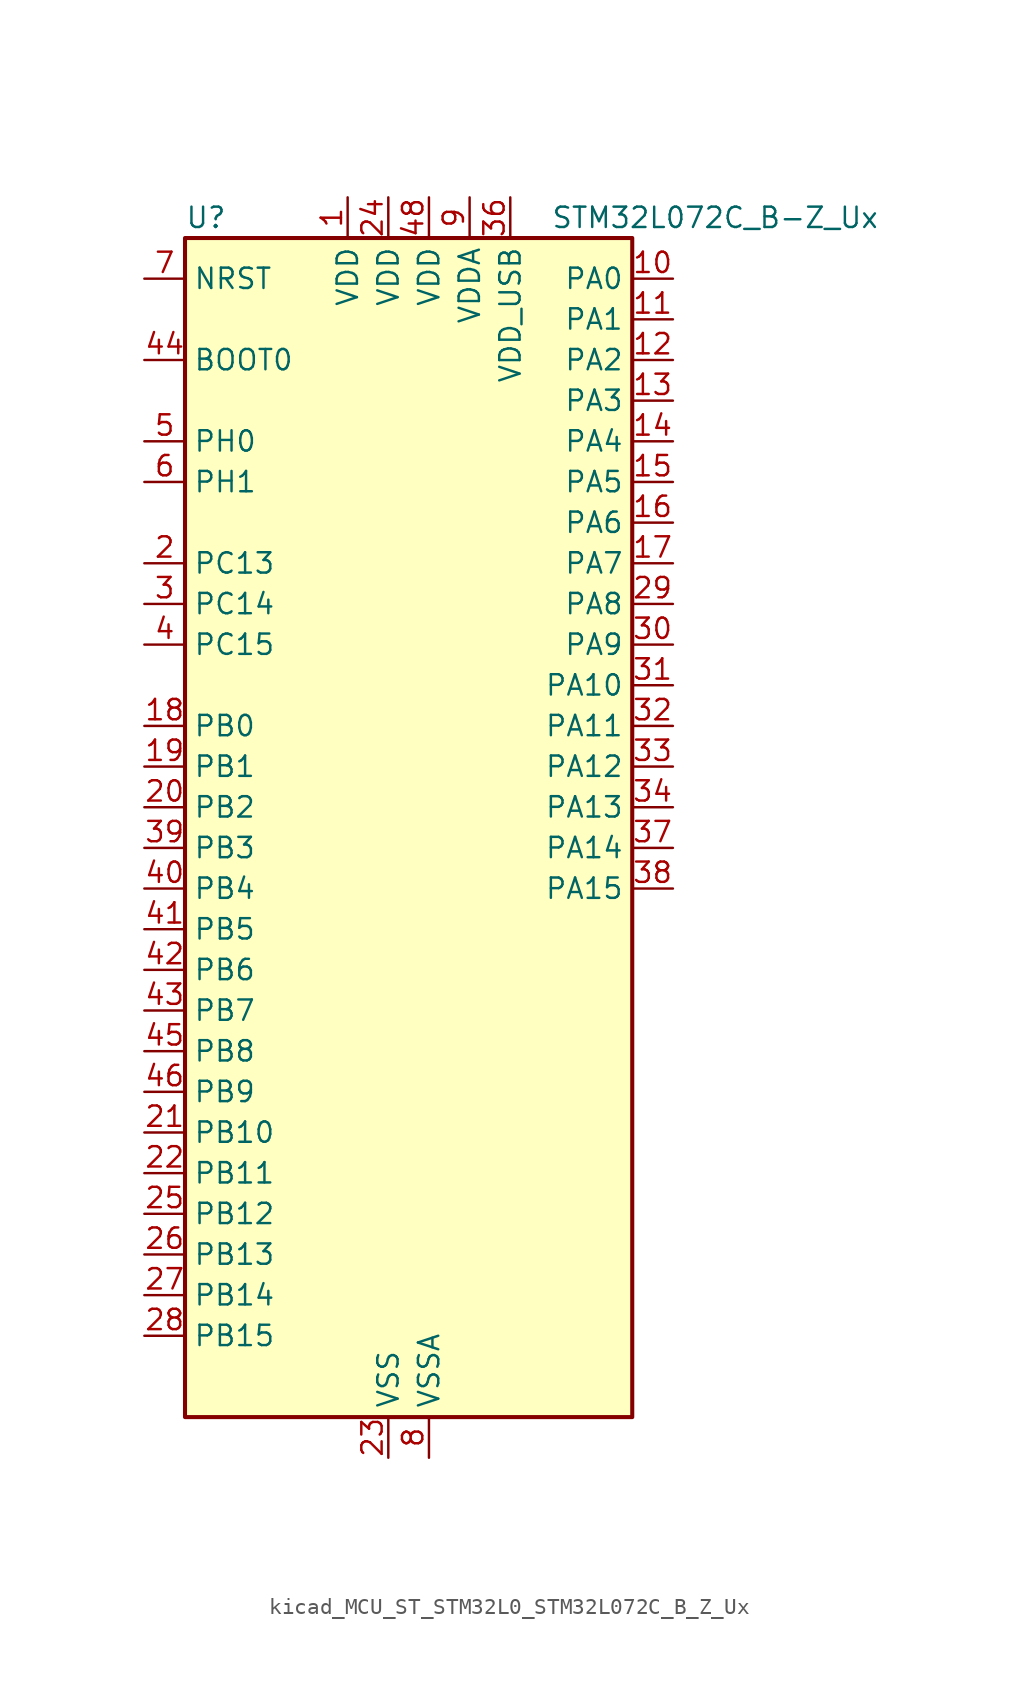
<source format=kicad_sym>
(kicad_symbol_lib
  (version 20220914)
  (generator kicad_symbol_editor)
  (symbol "kicad_MCU_ST_STM32L0_STM32L072C_B_Z_Ux"
    (property "Reference" "U"
      (at -12.7 39.37 0)
      (effects (font (size 1.27 1.27)) (justify left)))
    (property "Value" "STM32L072C_B-Z_Ux"
      (at 10.16 39.37 0)
      (effects (font (size 1.27 1.27)) (justify left)))
    (property "ki_locked" ""
      (at 0 0 0)
      (effects (font (size 1.27 1.27))))
    (symbol "kicad_MCU_ST_STM32L0_STM32L072C_B_Z_Ux_0_1"
      (rectangle (start -12.7 -35.56) (end 15.24 38.1) (stroke (width 0.254) (type default)) (fill (type background))))
    (symbol "kicad_MCU_ST_STM32L0_STM32L072C_B_Z_Ux_1_1"
      (pin power_in line (at -2.54 40.64 270) (length 2.54) (name "VDD" (effects (font (size 1.27 1.27)))) (number "1" (effects (font (size 1.27 1.27)))))
      (pin bidirectional line (at 17.78 35.56 180) (length 2.54) (name "PA0" (effects (font (size 1.27 1.27)))) (number "10" (effects (font (size 1.27 1.27)))) (alternate "ADC_IN0" bidirectional line) (alternate "COMP1_INM" bidirectional line) (alternate "COMP1_OUT" bidirectional line) (alternate "RTC_TAMP2" bidirectional line) (alternate "SYS_WKUP1" bidirectional line) (alternate "TIM2_CH1" bidirectional line) (alternate "TIM2_ETR" bidirectional line) (alternate "TSC_G1_IO1" bidirectional line) (alternate "USART2_CTS" bidirectional line) (alternate "USART4_TX" bidirectional line))
      (pin bidirectional line (at 17.78 33.02 180) (length 2.54) (name "PA1" (effects (font (size 1.27 1.27)))) (number "11" (effects (font (size 1.27 1.27)))) (alternate "ADC_IN1" bidirectional line) (alternate "COMP1_INP" bidirectional line) (alternate "TIM21_ETR" bidirectional line) (alternate "TIM2_CH2" bidirectional line) (alternate "TSC_G1_IO2" bidirectional line) (alternate "USART2_DE" bidirectional line) (alternate "USART2_RTS" bidirectional line) (alternate "USART4_RX" bidirectional line))
      (pin bidirectional line (at 17.78 30.48 180) (length 2.54) (name "PA2" (effects (font (size 1.27 1.27)))) (number "12" (effects (font (size 1.27 1.27)))) (alternate "ADC_IN2" bidirectional line) (alternate "COMP2_INM" bidirectional line) (alternate "COMP2_OUT" bidirectional line) (alternate "LPUART1_TX" bidirectional line) (alternate "TIM21_CH1" bidirectional line) (alternate "TIM2_CH3" bidirectional line) (alternate "TSC_G1_IO3" bidirectional line) (alternate "USART2_TX" bidirectional line))
      (pin bidirectional line (at 17.78 27.94 180) (length 2.54) (name "PA3" (effects (font (size 1.27 1.27)))) (number "13" (effects (font (size 1.27 1.27)))) (alternate "ADC_IN3" bidirectional line) (alternate "COMP2_INP" bidirectional line) (alternate "LPUART1_RX" bidirectional line) (alternate "TIM21_CH2" bidirectional line) (alternate "TIM2_CH4" bidirectional line) (alternate "TSC_G1_IO4" bidirectional line) (alternate "USART2_RX" bidirectional line))
      (pin bidirectional line (at 17.78 25.4 180) (length 2.54) (name "PA4" (effects (font (size 1.27 1.27)))) (number "14" (effects (font (size 1.27 1.27)))) (alternate "ADC_IN4" bidirectional line) (alternate "COMP1_INM" bidirectional line) (alternate "COMP2_INM" bidirectional line) (alternate "DAC_OUT1" bidirectional line) (alternate "SPI1_NSS" bidirectional line) (alternate "TIM22_ETR" bidirectional line) (alternate "TSC_G2_IO1" bidirectional line) (alternate "USART2_CK" bidirectional line))
      (pin bidirectional line (at 17.78 22.86 180) (length 2.54) (name "PA5" (effects (font (size 1.27 1.27)))) (number "15" (effects (font (size 1.27 1.27)))) (alternate "ADC_IN5" bidirectional line) (alternate "COMP1_INM" bidirectional line) (alternate "COMP2_INM" bidirectional line) (alternate "DAC_OUT2" bidirectional line) (alternate "SPI1_SCK" bidirectional line) (alternate "TIM2_CH1" bidirectional line) (alternate "TIM2_ETR" bidirectional line) (alternate "TSC_G2_IO2" bidirectional line))
      (pin bidirectional line (at 17.78 20.32 180) (length 2.54) (name "PA6" (effects (font (size 1.27 1.27)))) (number "16" (effects (font (size 1.27 1.27)))) (alternate "ADC_IN6" bidirectional line) (alternate "COMP1_OUT" bidirectional line) (alternate "LPUART1_CTS" bidirectional line) (alternate "SPI1_MISO" bidirectional line) (alternate "TIM22_CH1" bidirectional line) (alternate "TIM3_CH1" bidirectional line) (alternate "TSC_G2_IO3" bidirectional line))
      (pin bidirectional line (at 17.78 17.78 180) (length 2.54) (name "PA7" (effects (font (size 1.27 1.27)))) (number "17" (effects (font (size 1.27 1.27)))) (alternate "ADC_IN7" bidirectional line) (alternate "COMP2_OUT" bidirectional line) (alternate "SPI1_MOSI" bidirectional line) (alternate "TIM22_CH2" bidirectional line) (alternate "TIM3_CH2" bidirectional line) (alternate "TSC_G2_IO4" bidirectional line))
      (pin bidirectional line (at -15.24 7.62 0) (length 2.54) (name "PB0" (effects (font (size 1.27 1.27)))) (number "18" (effects (font (size 1.27 1.27)))) (alternate "ADC_IN8" bidirectional line) (alternate "SYS_VREF_OUT_PB0" bidirectional line) (alternate "TIM3_CH3" bidirectional line) (alternate "TSC_G3_IO2" bidirectional line))
      (pin bidirectional line (at -15.24 5.08 0) (length 2.54) (name "PB1" (effects (font (size 1.27 1.27)))) (number "19" (effects (font (size 1.27 1.27)))) (alternate "ADC_IN9" bidirectional line) (alternate "LPUART1_DE" bidirectional line) (alternate "LPUART1_RTS" bidirectional line) (alternate "SYS_VREF_OUT_PB1" bidirectional line) (alternate "TIM3_CH4" bidirectional line) (alternate "TSC_G3_IO3" bidirectional line))
      (pin bidirectional line (at -15.24 17.78 0) (length 2.54) (name "PC13" (effects (font (size 1.27 1.27)))) (number "2" (effects (font (size 1.27 1.27)))) (alternate "RTC_OUT_ALARM" bidirectional line) (alternate "RTC_OUT_CALIB" bidirectional line) (alternate "RTC_TAMP1" bidirectional line) (alternate "RTC_TS" bidirectional line) (alternate "SYS_WKUP2" bidirectional line))
      (pin bidirectional line (at -15.24 2.54 0) (length 2.54) (name "PB2" (effects (font (size 1.27 1.27)))) (number "20" (effects (font (size 1.27 1.27)))) (alternate "I2C3_SMBA" bidirectional line) (alternate "LPTIM1_OUT" bidirectional line) (alternate "TSC_G3_IO4" bidirectional line))
      (pin bidirectional line (at -15.24 -17.78 0) (length 2.54) (name "PB10" (effects (font (size 1.27 1.27)))) (number "21" (effects (font (size 1.27 1.27)))) (alternate "I2C2_SCL" bidirectional line) (alternate "LPUART1_RX" bidirectional line) (alternate "LPUART1_TX" bidirectional line) (alternate "SPI2_SCK" bidirectional line) (alternate "TIM2_CH3" bidirectional line) (alternate "TSC_SYNC" bidirectional line))
      (pin bidirectional line (at -15.24 -20.32 0) (length 2.54) (name "PB11" (effects (font (size 1.27 1.27)))) (number "22" (effects (font (size 1.27 1.27)))) (alternate "ADC_EXTI11" bidirectional line) (alternate "I2C2_SDA" bidirectional line) (alternate "LPUART1_RX" bidirectional line) (alternate "LPUART1_TX" bidirectional line) (alternate "TIM2_CH4" bidirectional line) (alternate "TSC_G6_IO1" bidirectional line))
      (pin power_in line (at 0 -38.1 90) (length 2.54) (name "VSS" (effects (font (size 1.27 1.27)))) (number "23" (effects (font (size 1.27 1.27)))))
      (pin power_in line (at 0 40.64 270) (length 2.54) (name "VDD" (effects (font (size 1.27 1.27)))) (number "24" (effects (font (size 1.27 1.27)))))
      (pin bidirectional line (at -15.24 -22.86 0) (length 2.54) (name "PB12" (effects (font (size 1.27 1.27)))) (number "25" (effects (font (size 1.27 1.27)))) (alternate "I2S2_WS" bidirectional line) (alternate "LPUART1_DE" bidirectional line) (alternate "LPUART1_RTS" bidirectional line) (alternate "SPI2_NSS" bidirectional line) (alternate "TSC_G6_IO2" bidirectional line))
      (pin bidirectional line (at -15.24 -25.4 0) (length 2.54) (name "PB13" (effects (font (size 1.27 1.27)))) (number "26" (effects (font (size 1.27 1.27)))) (alternate "I2C2_SCL" bidirectional line) (alternate "I2S2_CK" bidirectional line) (alternate "LPUART1_CTS" bidirectional line) (alternate "RCC_MCO" bidirectional line) (alternate "SPI2_SCK" bidirectional line) (alternate "TIM21_CH1" bidirectional line) (alternate "TSC_G6_IO3" bidirectional line))
      (pin bidirectional line (at -15.24 -27.94 0) (length 2.54) (name "PB14" (effects (font (size 1.27 1.27)))) (number "27" (effects (font (size 1.27 1.27)))) (alternate "I2C2_SDA" bidirectional line) (alternate "I2S2_MCK" bidirectional line) (alternate "LPUART1_DE" bidirectional line) (alternate "LPUART1_RTS" bidirectional line) (alternate "RTC_OUT_ALARM" bidirectional line) (alternate "RTC_OUT_CALIB" bidirectional line) (alternate "SPI2_MISO" bidirectional line) (alternate "TIM21_CH2" bidirectional line) (alternate "TSC_G6_IO4" bidirectional line))
      (pin bidirectional line (at -15.24 -30.48 0) (length 2.54) (name "PB15" (effects (font (size 1.27 1.27)))) (number "28" (effects (font (size 1.27 1.27)))) (alternate "I2S2_SD" bidirectional line) (alternate "RTC_REFIN" bidirectional line) (alternate "SPI2_MOSI" bidirectional line))
      (pin bidirectional line (at 17.78 15.24 180) (length 2.54) (name "PA8" (effects (font (size 1.27 1.27)))) (number "29" (effects (font (size 1.27 1.27)))) (alternate "CRS_SYNC" bidirectional line) (alternate "I2C3_SCL" bidirectional line) (alternate "RCC_MCO" bidirectional line) (alternate "USART1_CK" bidirectional line))
      (pin bidirectional line (at -15.24 15.24 0) (length 2.54) (name "PC14" (effects (font (size 1.27 1.27)))) (number "3" (effects (font (size 1.27 1.27)))) (alternate "RCC_OSC32_IN" bidirectional line))
      (pin bidirectional line (at 17.78 12.7 180) (length 2.54) (name "PA9" (effects (font (size 1.27 1.27)))) (number "30" (effects (font (size 1.27 1.27)))) (alternate "DAC_EXTI9" bidirectional line) (alternate "I2C1_SCL" bidirectional line) (alternate "I2C3_SMBA" bidirectional line) (alternate "RCC_MCO" bidirectional line) (alternate "TSC_G4_IO1" bidirectional line) (alternate "USART1_TX" bidirectional line))
      (pin bidirectional line (at 17.78 10.16 180) (length 2.54) (name "PA10" (effects (font (size 1.27 1.27)))) (number "31" (effects (font (size 1.27 1.27)))) (alternate "I2C1_SDA" bidirectional line) (alternate "TSC_G4_IO2" bidirectional line) (alternate "USART1_RX" bidirectional line))
      (pin bidirectional line (at 17.78 7.62 180) (length 2.54) (name "PA11" (effects (font (size 1.27 1.27)))) (number "32" (effects (font (size 1.27 1.27)))) (alternate "ADC_EXTI11" bidirectional line) (alternate "COMP1_OUT" bidirectional line) (alternate "SPI1_MISO" bidirectional line) (alternate "TSC_G4_IO3" bidirectional line) (alternate "USART1_CTS" bidirectional line) (alternate "USB_DM" bidirectional line))
      (pin bidirectional line (at 17.78 5.08 180) (length 2.54) (name "PA12" (effects (font (size 1.27 1.27)))) (number "33" (effects (font (size 1.27 1.27)))) (alternate "COMP2_OUT" bidirectional line) (alternate "SPI1_MOSI" bidirectional line) (alternate "TSC_G4_IO4" bidirectional line) (alternate "USART1_DE" bidirectional line) (alternate "USART1_RTS" bidirectional line) (alternate "USB_DP" bidirectional line))
      (pin bidirectional line (at 17.78 2.54 180) (length 2.54) (name "PA13" (effects (font (size 1.27 1.27)))) (number "34" (effects (font (size 1.27 1.27)))) (alternate "LPUART1_RX" bidirectional line) (alternate "SYS_SWDIO" bidirectional line) (alternate "USB_NOE" bidirectional line))
      (pin passive line (at 0 -38.1 90) (length 2.54) hide (name "VSS" (effects (font (size 1.27 1.27)))) (number "35" (effects (font (size 1.27 1.27)))))
      (pin power_in line (at 7.62 40.64 270) (length 2.54) (name "VDD_USB" (effects (font (size 1.27 1.27)))) (number "36" (effects (font (size 1.27 1.27)))))
      (pin bidirectional line (at 17.78 0 180) (length 2.54) (name "PA14" (effects (font (size 1.27 1.27)))) (number "37" (effects (font (size 1.27 1.27)))) (alternate "LPUART1_TX" bidirectional line) (alternate "SYS_SWCLK" bidirectional line) (alternate "USART2_TX" bidirectional line))
      (pin bidirectional line (at 17.78 -2.54 180) (length 2.54) (name "PA15" (effects (font (size 1.27 1.27)))) (number "38" (effects (font (size 1.27 1.27)))) (alternate "SPI1_NSS" bidirectional line) (alternate "TIM2_CH1" bidirectional line) (alternate "TIM2_ETR" bidirectional line) (alternate "USART2_RX" bidirectional line) (alternate "USART4_DE" bidirectional line) (alternate "USART4_RTS" bidirectional line))
      (pin bidirectional line (at -15.24 0 0) (length 2.54) (name "PB3" (effects (font (size 1.27 1.27)))) (number "39" (effects (font (size 1.27 1.27)))) (alternate "COMP2_INM" bidirectional line) (alternate "SPI1_SCK" bidirectional line) (alternate "TIM2_CH2" bidirectional line) (alternate "TSC_G5_IO1" bidirectional line) (alternate "USART1_DE" bidirectional line) (alternate "USART1_RTS" bidirectional line) (alternate "USART5_TX" bidirectional line))
      (pin bidirectional line (at -15.24 12.7 0) (length 2.54) (name "PC15" (effects (font (size 1.27 1.27)))) (number "4" (effects (font (size 1.27 1.27)))) (alternate "RCC_OSC32_OUT" bidirectional line))
      (pin bidirectional line (at -15.24 -2.54 0) (length 2.54) (name "PB4" (effects (font (size 1.27 1.27)))) (number "40" (effects (font (size 1.27 1.27)))) (alternate "COMP2_INP" bidirectional line) (alternate "I2C3_SDA" bidirectional line) (alternate "SPI1_MISO" bidirectional line) (alternate "TIM22_CH1" bidirectional line) (alternate "TIM3_CH1" bidirectional line) (alternate "TSC_G5_IO2" bidirectional line) (alternate "USART1_CTS" bidirectional line) (alternate "USART5_RX" bidirectional line))
      (pin bidirectional line (at -15.24 -5.08 0) (length 2.54) (name "PB5" (effects (font (size 1.27 1.27)))) (number "41" (effects (font (size 1.27 1.27)))) (alternate "COMP2_INP" bidirectional line) (alternate "I2C1_SMBA" bidirectional line) (alternate "LPTIM1_IN1" bidirectional line) (alternate "SPI1_MOSI" bidirectional line) (alternate "TIM22_CH2" bidirectional line) (alternate "TIM3_CH2" bidirectional line) (alternate "USART1_CK" bidirectional line) (alternate "USART5_CK" bidirectional line) (alternate "USART5_DE" bidirectional line) (alternate "USART5_RTS" bidirectional line))
      (pin bidirectional line (at -15.24 -7.62 0) (length 2.54) (name "PB6" (effects (font (size 1.27 1.27)))) (number "42" (effects (font (size 1.27 1.27)))) (alternate "COMP2_INP" bidirectional line) (alternate "I2C1_SCL" bidirectional line) (alternate "LPTIM1_ETR" bidirectional line) (alternate "TSC_G5_IO3" bidirectional line) (alternate "USART1_TX" bidirectional line))
      (pin bidirectional line (at -15.24 -10.16 0) (length 2.54) (name "PB7" (effects (font (size 1.27 1.27)))) (number "43" (effects (font (size 1.27 1.27)))) (alternate "COMP2_INP" bidirectional line) (alternate "I2C1_SDA" bidirectional line) (alternate "LPTIM1_IN2" bidirectional line) (alternate "SYS_PVD_IN" bidirectional line) (alternate "TSC_G5_IO4" bidirectional line) (alternate "USART1_RX" bidirectional line) (alternate "USART4_CTS" bidirectional line))
      (pin input line (at -15.24 30.48 0) (length 2.54) (name "BOOT0" (effects (font (size 1.27 1.27)))) (number "44" (effects (font (size 1.27 1.27)))))
      (pin bidirectional line (at -15.24 -12.7 0) (length 2.54) (name "PB8" (effects (font (size 1.27 1.27)))) (number "45" (effects (font (size 1.27 1.27)))) (alternate "I2C1_SCL" bidirectional line) (alternate "TSC_SYNC" bidirectional line))
      (pin bidirectional line (at -15.24 -15.24 0) (length 2.54) (name "PB9" (effects (font (size 1.27 1.27)))) (number "46" (effects (font (size 1.27 1.27)))) (alternate "DAC_EXTI9" bidirectional line) (alternate "I2C1_SDA" bidirectional line) (alternate "I2S2_WS" bidirectional line) (alternate "SPI2_NSS" bidirectional line))
      (pin passive line (at 0 -38.1 90) (length 2.54) hide (name "VSS" (effects (font (size 1.27 1.27)))) (number "47" (effects (font (size 1.27 1.27)))))
      (pin power_in line (at 2.54 40.64 270) (length 2.54) (name "VDD" (effects (font (size 1.27 1.27)))) (number "48" (effects (font (size 1.27 1.27)))))
      (pin passive line (at 0 -38.1 90) (length 2.54) hide (name "VSS" (effects (font (size 1.27 1.27)))) (number "49" (effects (font (size 1.27 1.27)))))
      (pin bidirectional line (at -15.24 25.4 0) (length 2.54) (name "PH0" (effects (font (size 1.27 1.27)))) (number "5" (effects (font (size 1.27 1.27)))) (alternate "CRS_SYNC" bidirectional line) (alternate "RCC_OSC_IN" bidirectional line))
      (pin bidirectional line (at -15.24 22.86 0) (length 2.54) (name "PH1" (effects (font (size 1.27 1.27)))) (number "6" (effects (font (size 1.27 1.27)))) (alternate "RCC_OSC_OUT" bidirectional line))
      (pin input line (at -15.24 35.56 0) (length 2.54) (name "NRST" (effects (font (size 1.27 1.27)))) (number "7" (effects (font (size 1.27 1.27)))))
      (pin power_in line (at 2.54 -38.1 90) (length 2.54) (name "VSSA" (effects (font (size 1.27 1.27)))) (number "8" (effects (font (size 1.27 1.27)))))
      (pin power_in line (at 5.08 40.64 270) (length 2.54) (name "VDDA" (effects (font (size 1.27 1.27)))) (number "9" (effects (font (size 1.27 1.27))))))))
</source>
